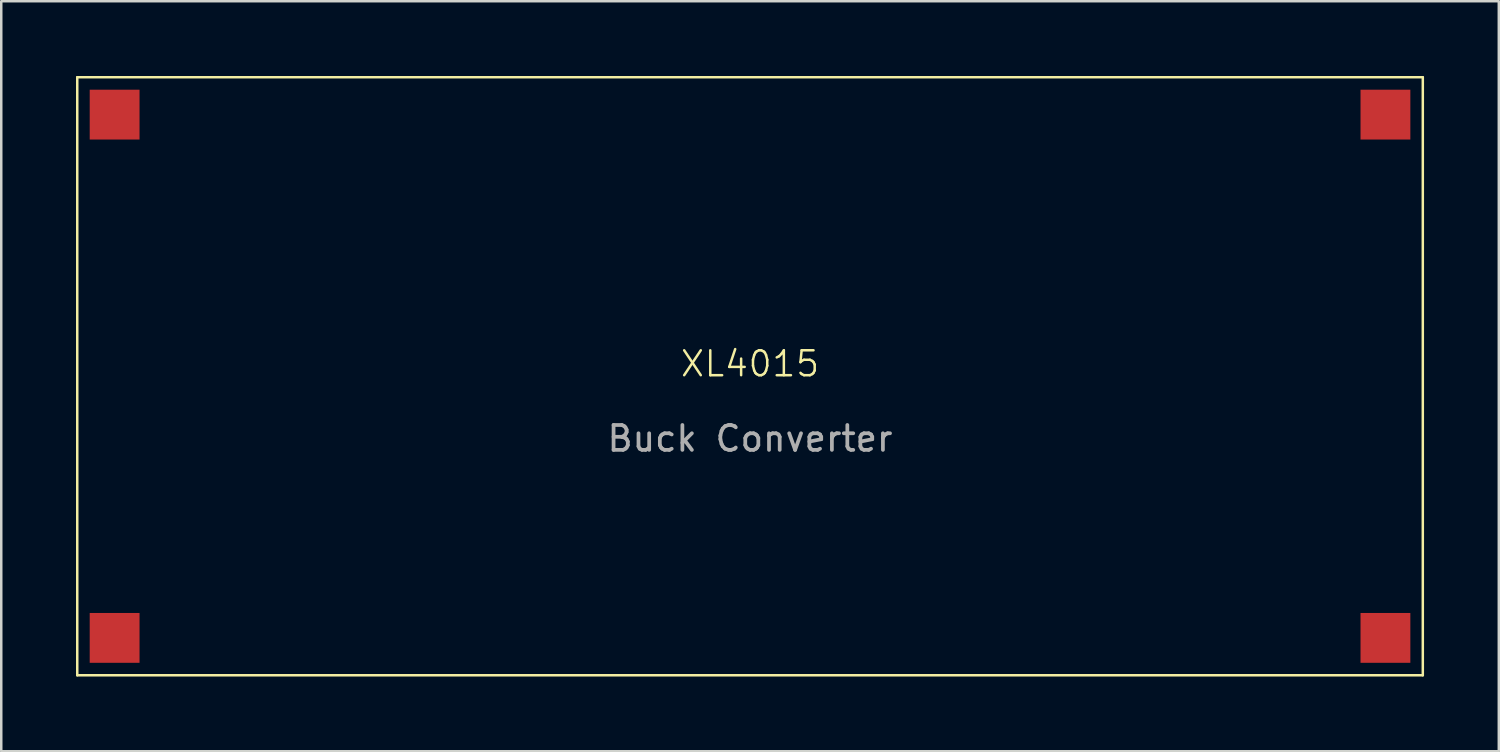
<source format=kicad_pcb>
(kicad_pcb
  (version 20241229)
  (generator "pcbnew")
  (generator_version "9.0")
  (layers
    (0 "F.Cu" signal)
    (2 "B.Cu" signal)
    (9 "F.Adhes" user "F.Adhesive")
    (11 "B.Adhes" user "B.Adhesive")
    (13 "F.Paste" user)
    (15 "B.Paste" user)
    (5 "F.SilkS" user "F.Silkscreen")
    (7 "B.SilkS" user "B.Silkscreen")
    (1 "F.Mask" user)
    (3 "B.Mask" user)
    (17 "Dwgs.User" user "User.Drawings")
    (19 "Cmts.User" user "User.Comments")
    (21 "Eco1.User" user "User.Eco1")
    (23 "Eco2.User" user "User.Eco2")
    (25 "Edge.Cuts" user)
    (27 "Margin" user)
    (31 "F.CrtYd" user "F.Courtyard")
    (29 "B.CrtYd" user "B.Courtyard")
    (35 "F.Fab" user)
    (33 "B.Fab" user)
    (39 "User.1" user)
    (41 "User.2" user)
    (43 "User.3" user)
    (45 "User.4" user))
  (footprint "XL4015"
    (layer "F.Cu")
    (at 27.05 12.05)
    (property "Reference" "XL4015" (at 0 -0.5 0) (unlocked yes) (layer "F.SilkS") (effects (font (size 1 1) (thickness 0.1))))
    (attr smd)
    (fp_line (start -27 -12) (end 27 -12) (stroke (width 0.1) (type default)) (layer "F.SilkS"))
    (fp_line (start -27 12) (end -27 -12) (stroke (width 0.1) (type default)) (layer "F.SilkS"))
    (fp_line (start 27 -12) (end 27 12) (stroke (width 0.1) (type default)) (layer "F.SilkS"))
    (fp_line (start 27 12) (end -27 12) (stroke (width 0.1) (type default)) (layer "F.SilkS"))
    (fp_text user "Buck Converter" (at 0 2.5 0) (unlocked yes) (layer "F.Fab") (effects (font (size 1 1) (thickness 0.15))))
    (pad "1" smd rect (at -25.5 -10.5) (size 2 2) (layers "F.Cu" "F.Mask" "F.Paste"))
    (pad "2" smd rect (at -25.5 10.5) (size 2 2) (layers "F.Cu" "F.Mask" "F.Paste"))
    (pad "3" smd rect (at 25.5 -10.5) (size 2 2) (layers "F.Cu" "F.Mask" "F.Paste"))
    (pad "4" smd rect (at 25.5 10.5) (size 2 2) (layers "F.Cu" "F.Mask" "F.Paste")))
  (gr_rect
    (start -3 -3)
    (end 57.1 27.1)
    (stroke (width 0.1) (type default))
    (fill no)
    (layer "Edge.Cuts")))
</source>
